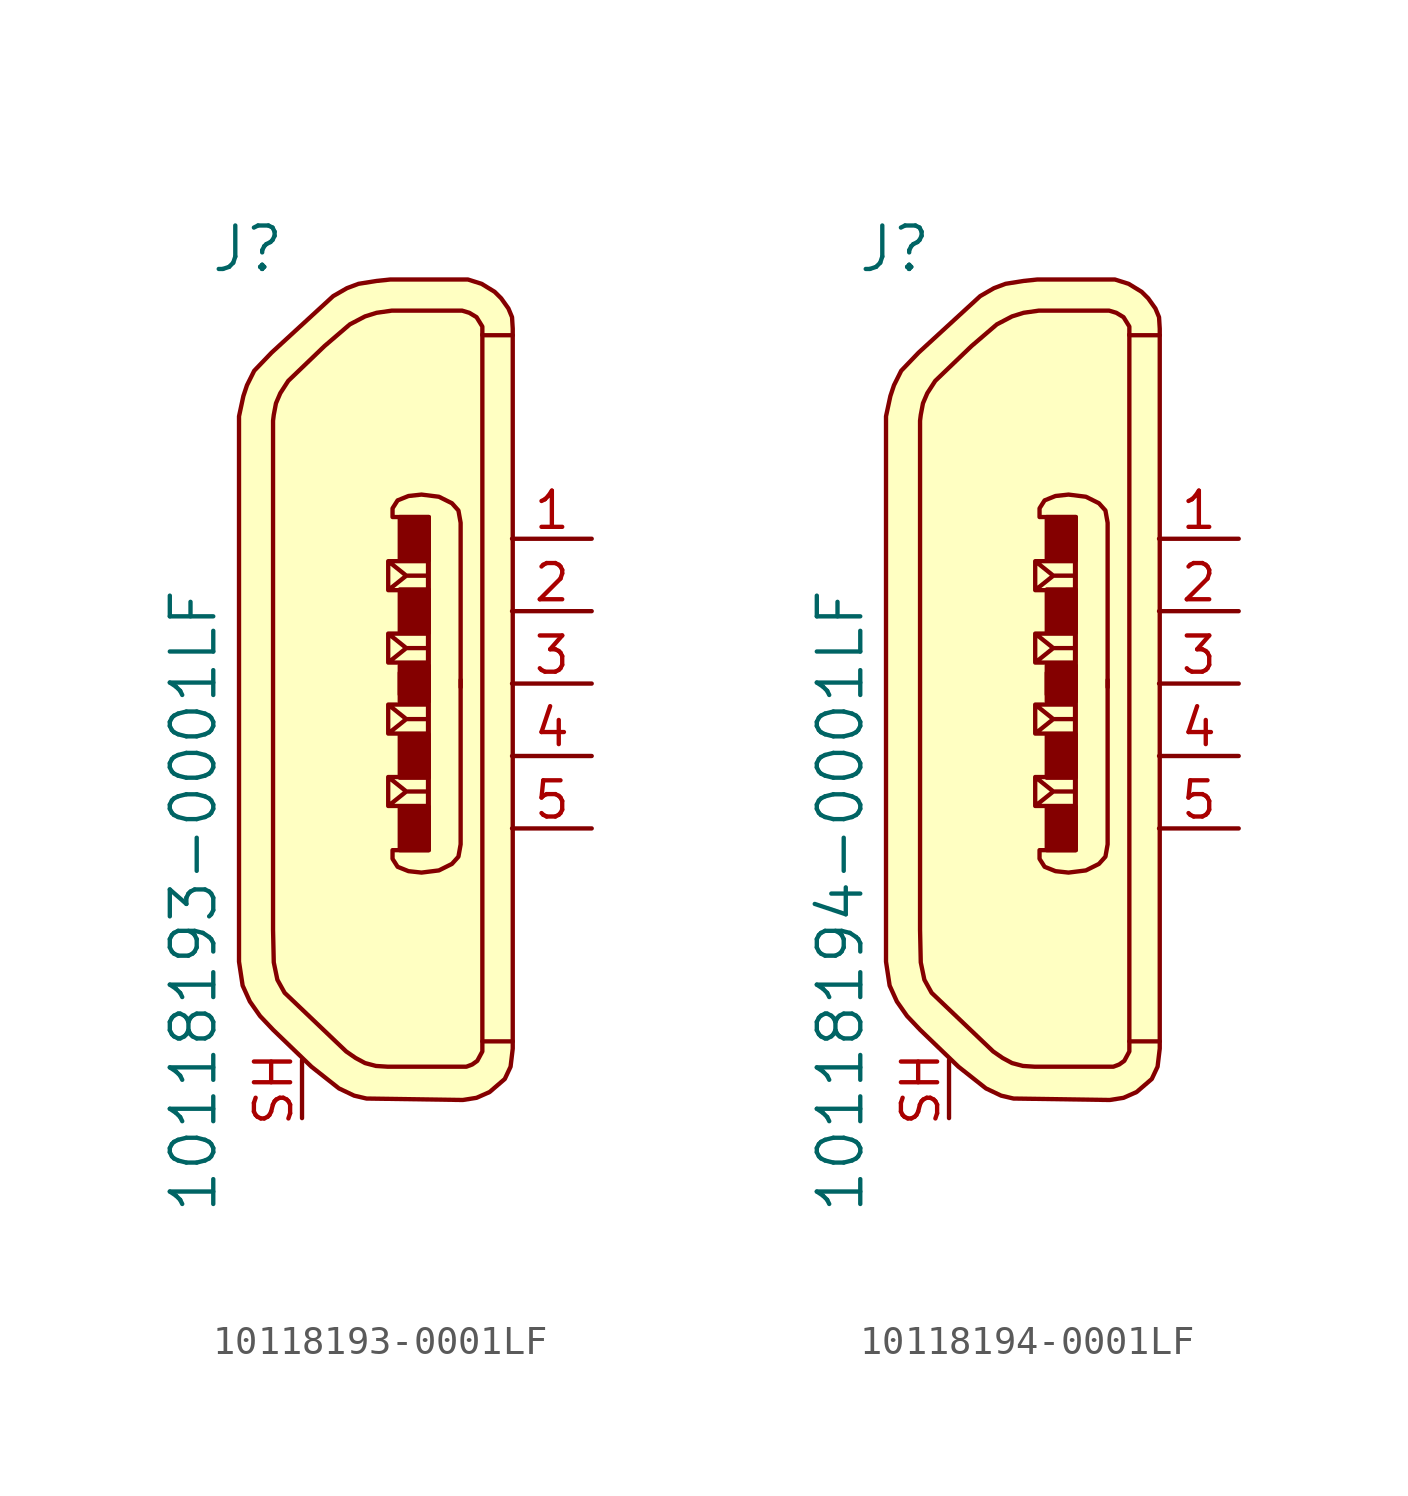
<source format=kicad_sym>
(kicad_symbol_lib
  (version 20220914)
  (generator kicad_symbol_editor)
  (symbol "10118193-0001LF"
    (pin_names
      (offset 1.016))
    (property "Reference" "J"
      (at -4.445 15.24 0)
      (effects (font (size 1.524 1.524))))
    (property "Value" "10118193-0001LF"
      (at -6.35 -7.62 90)
      (effects (font (size 1.524 1.524))))
    (symbol "10118193-0001LF_0_1"
      (polyline (pts (xy 3.785 12.243) (xy 3.785 -12.548)) (stroke (width 0) (type solid)) (fill (type none)))
      (polyline (pts (xy 0.483 -4.293) (xy 0.483 -3.277) (xy 1.88 -3.277) (xy 1.88 -4.293) (xy 0.483 -4.293) (xy 1.118 -3.785) (xy 0.483 -3.277) (xy 1.88 -3.277) (xy 1.88 -3.785) (xy 1.118 -3.785)) (stroke (width 0) (type solid)) (fill (type none)))
      (polyline (pts (xy 0.483 -1.753) (xy 0.483 -0.737) (xy 1.88 -0.737) (xy 1.88 -1.753) (xy 0.483 -1.753) (xy 1.118 -1.245) (xy 0.483 -0.737) (xy 1.88 -0.737) (xy 1.88 -1.245) (xy 1.118 -1.245)) (stroke (width 0) (type solid)) (fill (type none)))
      (polyline (pts (xy 0.483 1.753) (xy 0.483 0.737) (xy 1.88 0.737) (xy 1.88 1.753) (xy 0.483 1.753) (xy 1.118 1.245) (xy 0.483 0.737) (xy 1.88 0.737) (xy 1.88 1.245) (xy 1.118 1.245)) (stroke (width 0) (type solid)) (fill (type none)))
      (polyline (pts (xy 0.483 4.293) (xy 0.483 3.277) (xy 1.88 3.277) (xy 1.88 4.293) (xy 0.483 4.293) (xy 1.118 3.785) (xy 0.483 3.277) (xy 1.88 3.277) (xy 1.88 3.785) (xy 1.118 3.785)) (stroke (width 0) (type solid)) (fill (type none)))
      (polyline (pts (xy 1.905 -0.025) (xy 1.905 5.842) (xy 0.635 5.842) (xy 0.635 6.147) (xy 0.813 6.426) (xy 1.194 6.579) (xy 1.651 6.629) (xy 2.261 6.553) (xy 2.718 6.325) (xy 2.946 6.071) (xy 3.023 5.639) (xy 3.023 4.801) (xy 3.023 -0.127)) (stroke (width 0) (type solid)) (fill (type none)))
      (polyline (pts (xy 1.905 0.025) (xy 1.905 -5.842) (xy 0.635 -5.842) (xy 0.635 -6.147) (xy 0.813 -6.426) (xy 1.194 -6.579) (xy 1.651 -6.629) (xy 2.261 -6.553) (xy 2.718 -6.325) (xy 2.946 -6.071) (xy 3.023 -5.639) (xy 3.023 -4.801) (xy 3.023 0.127)) (stroke (width 0) (type solid)) (fill (type none)))
      (polyline (pts (xy 4.851 -12.548) (xy 3.835 -12.548) (xy 3.785 -12.548) (xy 3.785 -12.903) (xy 3.607 -13.233) (xy 3.429 -13.36) (xy 3.226 -13.437) (xy 0.457 -13.437) (xy 0.051 -13.411) (xy -0.33 -13.31) (xy -0.66 -13.132) (xy -0.991 -12.903) (xy -3.15 -10.846) (xy -3.404 -10.389) (xy -3.531 -9.779) (xy -3.556 -8.636) (xy -3.556 9.22) (xy -3.531 9.423) (xy -3.454 9.83) (xy -3.302 10.185) (xy -3.023 10.617) (xy -1.753 11.836) (xy -0.864 12.598) (xy -0.33 12.878) (xy 0.076 13.005) (xy 0.61 13.081) (xy 3.073 13.081) (xy 3.327 13.005) (xy 3.581 12.852) (xy 3.785 12.522) (xy 3.785 12.217) (xy 4.851 12.217)) (stroke (width 0) (type solid)) (fill (type none)))
      (polyline (pts (xy 4.851 -11.481) (xy 4.851 -12.802) (xy 4.775 -13.437) (xy 4.572 -13.868) (xy 4.039 -14.326) (xy 3.581 -14.529) (xy 3.099 -14.605) (xy -0.279 -14.554) (xy -0.711 -14.453) (xy -1.245 -14.199) (xy -2.21 -13.437) (xy -3.556 -12.141) (xy -4.013 -11.659) (xy -4.369 -11.151) (xy -4.623 -10.592) (xy -4.75 -9.754) (xy -4.75 9.373) (xy -4.597 10.084) (xy -4.47 10.465) (xy -4.216 10.973) (xy -3.607 11.608) (xy -1.448 13.589) (xy -0.965 13.868) (xy -0.559 14.021) (xy 0.076 14.122) (xy 0.559 14.173) (xy 3.277 14.173) (xy 3.759 14.021) (xy 4.216 13.741) (xy 4.445 13.513) (xy 4.699 13.157) (xy 4.826 12.852) (xy 4.851 12.446) (xy 4.851 -11.506)) (stroke (width 0) (type solid)) (fill (type background)))
      (rectangle (start 0.889 -4.318) (end 1.905 -5.842) (stroke (width 0) (type solid)) (fill (type outline)))
      (rectangle (start 0.889 -3.302) (end 1.905 -1.778) (stroke (width 0) (type solid)) (fill (type outline)))
      (rectangle (start 0.889 -0.635) (end 1.905 0.381) (stroke (width 0) (type solid)) (fill (type outline)))
      (rectangle (start 0.889 0.635) (end 1.905 -0.381) (stroke (width 0) (type solid)) (fill (type outline)))
      (rectangle (start 0.889 3.302) (end 1.905 1.778) (stroke (width 0) (type solid)) (fill (type outline)))
      (rectangle (start 0.889 4.318) (end 1.905 5.842) (stroke (width 0) (type solid)) (fill (type outline))))
    (symbol "10118193-0001LF_1_1"
      (pin passive line (at 7.62 5.08 180) (length 2.794) (name "~" (effects (font (size 1.27 1.27)))) (number "1" (effects (font (size 1.27 1.27)))))
      (pin passive line (at 7.62 2.54 180) (length 2.794) (name "~" (effects (font (size 1.27 1.27)))) (number "2" (effects (font (size 1.27 1.27)))))
      (pin passive line (at 7.62 0 180) (length 2.794) (name "~" (effects (font (size 1.27 1.27)))) (number "3" (effects (font (size 1.27 1.27)))))
      (pin passive line (at 7.62 -2.54 180) (length 2.794) (name "~" (effects (font (size 1.27 1.27)))) (number "4" (effects (font (size 1.27 1.27)))))
      (pin passive line (at 7.62 -5.08 180) (length 2.794) (name "~" (effects (font (size 1.27 1.27)))) (number "5" (effects (font (size 1.27 1.27)))))
      (pin passive line (at -2.54 -15.24 90) (length 2.032) (name "~" (effects (font (size 1.27 1.27)))) (number "SH" (effects (font (size 1.27 1.27)))))))
  (symbol "10118194-0001LF"
    (pin_names
      (offset 1.016))
    (property "Reference" "J"
      (at -4.445 15.24 0)
      (effects (font (size 1.524 1.524))))
    (property "Value" "10118194-0001LF"
      (at -6.35 -7.62 90)
      (effects (font (size 1.524 1.524))))
    (symbol "10118194-0001LF_0_1"
      (polyline (pts (xy 3.785 12.243) (xy 3.785 -12.548)) (stroke (width 0) (type solid)) (fill (type none)))
      (polyline (pts (xy 0.483 -4.293) (xy 0.483 -3.277) (xy 1.88 -3.277) (xy 1.88 -4.293) (xy 0.483 -4.293) (xy 1.118 -3.785) (xy 0.483 -3.277) (xy 1.88 -3.277) (xy 1.88 -3.785) (xy 1.118 -3.785)) (stroke (width 0) (type solid)) (fill (type none)))
      (polyline (pts (xy 0.483 -1.753) (xy 0.483 -0.737) (xy 1.88 -0.737) (xy 1.88 -1.753) (xy 0.483 -1.753) (xy 1.118 -1.245) (xy 0.483 -0.737) (xy 1.88 -0.737) (xy 1.88 -1.245) (xy 1.118 -1.245)) (stroke (width 0) (type solid)) (fill (type none)))
      (polyline (pts (xy 0.483 1.753) (xy 0.483 0.737) (xy 1.88 0.737) (xy 1.88 1.753) (xy 0.483 1.753) (xy 1.118 1.245) (xy 0.483 0.737) (xy 1.88 0.737) (xy 1.88 1.245) (xy 1.118 1.245)) (stroke (width 0) (type solid)) (fill (type none)))
      (polyline (pts (xy 0.483 4.293) (xy 0.483 3.277) (xy 1.88 3.277) (xy 1.88 4.293) (xy 0.483 4.293) (xy 1.118 3.785) (xy 0.483 3.277) (xy 1.88 3.277) (xy 1.88 3.785) (xy 1.118 3.785)) (stroke (width 0) (type solid)) (fill (type none)))
      (polyline (pts (xy 1.905 -0.025) (xy 1.905 5.842) (xy 0.635 5.842) (xy 0.635 6.147) (xy 0.813 6.426) (xy 1.194 6.579) (xy 1.651 6.629) (xy 2.261 6.553) (xy 2.718 6.325) (xy 2.946 6.071) (xy 3.023 5.639) (xy 3.023 4.801) (xy 3.023 -0.127)) (stroke (width 0) (type solid)) (fill (type none)))
      (polyline (pts (xy 1.905 0.025) (xy 1.905 -5.842) (xy 0.635 -5.842) (xy 0.635 -6.147) (xy 0.813 -6.426) (xy 1.194 -6.579) (xy 1.651 -6.629) (xy 2.261 -6.553) (xy 2.718 -6.325) (xy 2.946 -6.071) (xy 3.023 -5.639) (xy 3.023 -4.801) (xy 3.023 0.127)) (stroke (width 0) (type solid)) (fill (type none)))
      (polyline (pts (xy 4.851 -12.548) (xy 3.835 -12.548) (xy 3.785 -12.548) (xy 3.785 -12.903) (xy 3.607 -13.233) (xy 3.429 -13.36) (xy 3.226 -13.437) (xy 0.457 -13.437) (xy 0.051 -13.411) (xy -0.33 -13.31) (xy -0.66 -13.132) (xy -0.991 -12.903) (xy -3.15 -10.846) (xy -3.404 -10.389) (xy -3.531 -9.779) (xy -3.556 -8.636) (xy -3.556 9.22) (xy -3.531 9.423) (xy -3.454 9.83) (xy -3.302 10.185) (xy -3.023 10.617) (xy -1.753 11.836) (xy -0.864 12.598) (xy -0.33 12.878) (xy 0.076 13.005) (xy 0.61 13.081) (xy 3.073 13.081) (xy 3.327 13.005) (xy 3.581 12.852) (xy 3.785 12.522) (xy 3.785 12.217) (xy 4.851 12.217)) (stroke (width 0) (type solid)) (fill (type none)))
      (polyline (pts (xy 4.851 -11.481) (xy 4.851 -12.802) (xy 4.775 -13.437) (xy 4.572 -13.868) (xy 4.039 -14.326) (xy 3.581 -14.529) (xy 3.099 -14.605) (xy -0.279 -14.554) (xy -0.711 -14.453) (xy -1.245 -14.199) (xy -2.21 -13.437) (xy -3.556 -12.141) (xy -4.013 -11.659) (xy -4.369 -11.151) (xy -4.623 -10.592) (xy -4.75 -9.754) (xy -4.75 9.373) (xy -4.597 10.084) (xy -4.47 10.465) (xy -4.216 10.973) (xy -3.607 11.608) (xy -1.448 13.589) (xy -0.965 13.868) (xy -0.559 14.021) (xy 0.076 14.122) (xy 0.559 14.173) (xy 3.277 14.173) (xy 3.759 14.021) (xy 4.216 13.741) (xy 4.445 13.513) (xy 4.699 13.157) (xy 4.826 12.852) (xy 4.851 12.446) (xy 4.851 -11.506)) (stroke (width 0) (type solid)) (fill (type background)))
      (rectangle (start 0.889 -4.318) (end 1.905 -5.842) (stroke (width 0) (type solid)) (fill (type outline)))
      (rectangle (start 0.889 -3.302) (end 1.905 -1.778) (stroke (width 0) (type solid)) (fill (type outline)))
      (rectangle (start 0.889 -0.635) (end 1.905 0.381) (stroke (width 0) (type solid)) (fill (type outline)))
      (rectangle (start 0.889 0.635) (end 1.905 -0.381) (stroke (width 0) (type solid)) (fill (type outline)))
      (rectangle (start 0.889 3.302) (end 1.905 1.778) (stroke (width 0) (type solid)) (fill (type outline)))
      (rectangle (start 0.889 4.318) (end 1.905 5.842) (stroke (width 0) (type solid)) (fill (type outline))))
    (symbol "10118194-0001LF_1_1"
      (pin passive line (at 7.62 5.08 180) (length 2.794) (name "~" (effects (font (size 1.27 1.27)))) (number "1" (effects (font (size 1.27 1.27)))))
      (pin passive line (at 7.62 2.54 180) (length 2.794) (name "~" (effects (font (size 1.27 1.27)))) (number "2" (effects (font (size 1.27 1.27)))))
      (pin passive line (at 7.62 0 180) (length 2.794) (name "~" (effects (font (size 1.27 1.27)))) (number "3" (effects (font (size 1.27 1.27)))))
      (pin passive line (at 7.62 -2.54 180) (length 2.794) (name "~" (effects (font (size 1.27 1.27)))) (number "4" (effects (font (size 1.27 1.27)))))
      (pin passive line (at 7.62 -5.08 180) (length 2.794) (name "~" (effects (font (size 1.27 1.27)))) (number "5" (effects (font (size 1.27 1.27)))))
      (pin passive line (at -2.54 -15.24 90) (length 2.032) (name "~" (effects (font (size 1.27 1.27)))) (number "SH" (effects (font (size 1.27 1.27))))))))
</source>
